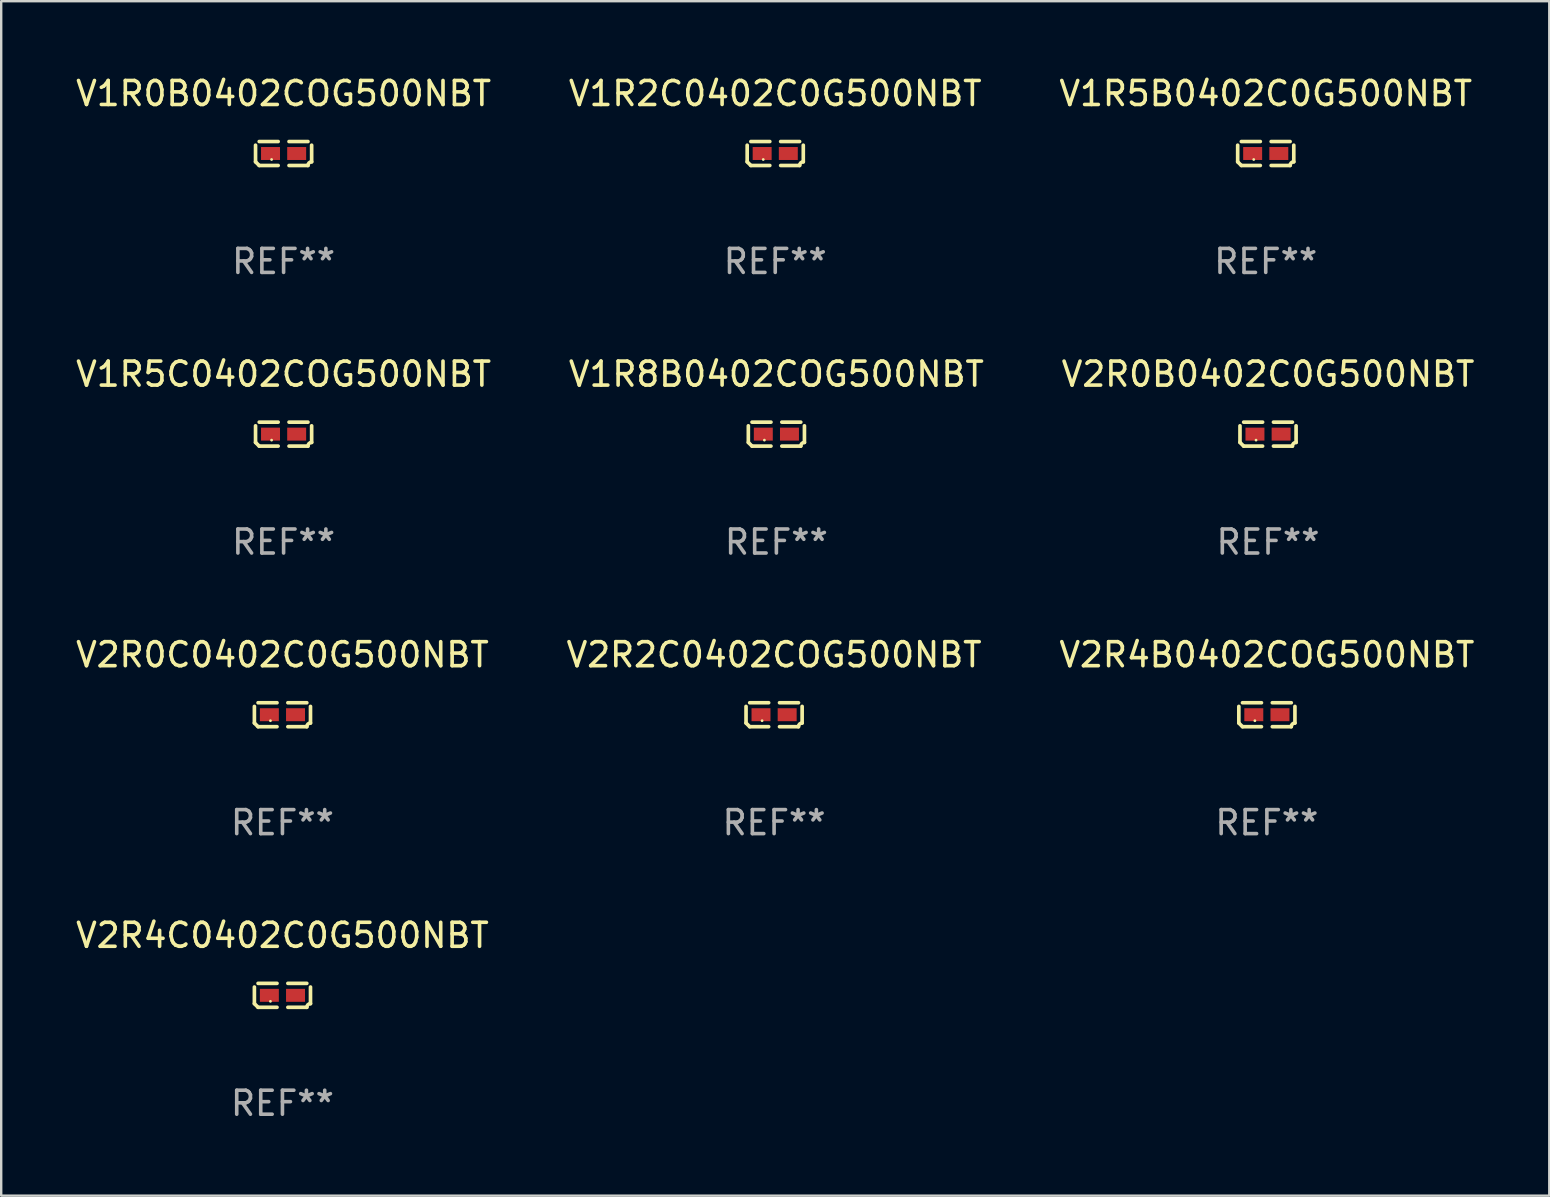
<source format=kicad_pcb>
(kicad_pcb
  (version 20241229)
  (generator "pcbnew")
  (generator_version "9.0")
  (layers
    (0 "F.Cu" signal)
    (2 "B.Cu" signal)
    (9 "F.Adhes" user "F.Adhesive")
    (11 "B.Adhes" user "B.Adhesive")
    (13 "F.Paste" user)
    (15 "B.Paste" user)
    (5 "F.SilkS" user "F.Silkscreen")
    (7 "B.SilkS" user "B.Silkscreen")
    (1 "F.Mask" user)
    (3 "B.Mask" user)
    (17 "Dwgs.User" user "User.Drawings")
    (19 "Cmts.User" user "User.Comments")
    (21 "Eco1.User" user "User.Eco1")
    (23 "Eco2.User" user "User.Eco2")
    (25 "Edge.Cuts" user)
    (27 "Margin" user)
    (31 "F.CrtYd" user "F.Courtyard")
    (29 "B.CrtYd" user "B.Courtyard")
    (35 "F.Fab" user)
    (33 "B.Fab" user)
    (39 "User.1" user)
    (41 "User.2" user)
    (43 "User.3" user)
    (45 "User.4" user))
  (footprint "V2R4C0402C0G500NBT"
    (layer "F.Cu")
    (at 8.72 38.428)
    (property "Reference" "V2R4C0402C0G500NBT" (at 0 -2.499 0) (layer "F.SilkS") (effects (font (size 1 1) (thickness 0.15))))
    (attr through_hole)
    (fp_line (start -1.169 0.346) (end -1.169 -0.346) (stroke (width 0.152) (type solid)) (layer "F.SilkS"))
    (fp_line (start -1.016 -0.499) (end -0.226 -0.499) (stroke (width 0.152) (type solid)) (layer "F.SilkS"))
    (fp_line (start -0.226 0.499) (end -1.016 0.499) (stroke (width 0.152) (type solid)) (layer "F.SilkS"))
    (fp_line (start 0.226 0.499) (end 1.016 0.499) (stroke (width 0.152) (type solid)) (layer "F.SilkS"))
    (fp_line (start 1.016 -0.499) (end 0.226 -0.499) (stroke (width 0.152) (type solid)) (layer "F.SilkS"))
    (fp_line (start 1.169 0.346) (end 1.169 -0.346) (stroke (width 0.152) (type solid)) (layer "F.SilkS"))
    (fp_arc (start -1.016307 0.498603) (mid -1.092512 0.422405) (end -1.16871 0.3462) (stroke (width 0.1524) (type solid)) (layer "F.SilkS"))
    (fp_arc (start 1.016307 0.498603) (mid 1.060899 0.390758) (end 1.168707 0.346076) (stroke (width 0.1524) (type solid)) (layer "F.SilkS"))
    (fp_circle (center -0.5 0.25) (end -0.47 0.25) (stroke (width 0.06) (type solid)) (fill no) (layer "F.SilkS"))
    (fp_text user "REF**" (at 0 4.499 0) (layer "F.Fab") (effects (font (size 1 1) (thickness 0.15))))
    (pad "1" smd rect (at -0.545 0) (size 0.79 0.54) (layers "F.Cu" "F.Mask" "F.Paste"))
    (pad "2" smd rect (at 0.545 0) (size 0.79 0.54) (layers "F.Cu" "F.Mask" "F.Paste")))
  (footprint "V1R2C0402C0G500NBT"
    (layer "F.Cu")
    (at 29.256 3.347)
    (property "Reference" "V1R2C0402C0G500NBT" (at 0 -2.499 0) (layer "F.SilkS") (effects (font (size 1 1) (thickness 0.15))))
    (attr through_hole)
    (fp_line (start -1.169 0.346) (end -1.169 -0.346) (stroke (width 0.152) (type solid)) (layer "F.SilkS"))
    (fp_line (start -1.016 -0.499) (end -0.226 -0.499) (stroke (width 0.152) (type solid)) (layer "F.SilkS"))
    (fp_line (start -0.226 0.499) (end -1.016 0.499) (stroke (width 0.152) (type solid)) (layer "F.SilkS"))
    (fp_line (start 0.226 0.499) (end 1.016 0.499) (stroke (width 0.152) (type solid)) (layer "F.SilkS"))
    (fp_line (start 1.016 -0.499) (end 0.226 -0.499) (stroke (width 0.152) (type solid)) (layer "F.SilkS"))
    (fp_line (start 1.169 0.346) (end 1.169 -0.346) (stroke (width 0.152) (type solid)) (layer "F.SilkS"))
    (fp_arc (start -1.016307 0.498603) (mid -1.092512 0.422405) (end -1.16871 0.3462) (stroke (width 0.1524) (type solid)) (layer "F.SilkS"))
    (fp_arc (start 1.016307 0.498603) (mid 1.060899 0.390758) (end 1.168707 0.346076) (stroke (width 0.1524) (type solid)) (layer "F.SilkS"))
    (fp_circle (center -0.5 0.25) (end -0.47 0.25) (stroke (width 0.06) (type solid)) (fill no) (layer "F.SilkS"))
    (fp_text user "REF**" (at 0 4.499 0) (layer "F.Fab") (effects (font (size 1 1) (thickness 0.15))))
    (pad "1" smd rect (at -0.545 0) (size 0.79 0.54) (layers "F.Cu" "F.Mask" "F.Paste"))
    (pad "2" smd rect (at 0.545 0) (size 0.79 0.54) (layers "F.Cu" "F.Mask" "F.Paste")))
  (footprint "V2R0C0402C0G500NBT"
    (layer "F.Cu")
    (at 8.72 26.734)
    (property "Reference" "V2R0C0402C0G500NBT" (at 0 -2.499 0) (layer "F.SilkS") (effects (font (size 1 1) (thickness 0.15))))
    (attr through_hole)
    (fp_line (start -1.169 0.346) (end -1.169 -0.346) (stroke (width 0.152) (type solid)) (layer "F.SilkS"))
    (fp_line (start -1.016 -0.499) (end -0.226 -0.499) (stroke (width 0.152) (type solid)) (layer "F.SilkS"))
    (fp_line (start -0.226 0.499) (end -1.016 0.499) (stroke (width 0.152) (type solid)) (layer "F.SilkS"))
    (fp_line (start 0.226 0.499) (end 1.016 0.499) (stroke (width 0.152) (type solid)) (layer "F.SilkS"))
    (fp_line (start 1.016 -0.499) (end 0.226 -0.499) (stroke (width 0.152) (type solid)) (layer "F.SilkS"))
    (fp_line (start 1.169 0.346) (end 1.169 -0.346) (stroke (width 0.152) (type solid)) (layer "F.SilkS"))
    (fp_arc (start -1.016307 0.498603) (mid -1.092512 0.422405) (end -1.16871 0.3462) (stroke (width 0.1524) (type solid)) (layer "F.SilkS"))
    (fp_arc (start 1.016307 0.498603) (mid 1.060899 0.390758) (end 1.168707 0.346076) (stroke (width 0.1524) (type solid)) (layer "F.SilkS"))
    (fp_circle (center -0.5 0.25) (end -0.47 0.25) (stroke (width 0.06) (type solid)) (fill no) (layer "F.SilkS"))
    (fp_text user "REF**" (at 0 4.499 0) (layer "F.Fab") (effects (font (size 1 1) (thickness 0.15))))
    (pad "1" smd rect (at -0.545 0) (size 0.79 0.54) (layers "F.Cu" "F.Mask" "F.Paste"))
    (pad "2" smd rect (at 0.545 0) (size 0.79 0.54) (layers "F.Cu" "F.Mask" "F.Paste")))
  (footprint "V2R0B0402C0G500NBT"
    (layer "F.Cu")
    (at 49.792 15.041)
    (property "Reference" "V2R0B0402C0G500NBT" (at 0 -2.499 0) (layer "F.SilkS") (effects (font (size 1 1) (thickness 0.15))))
    (attr through_hole)
    (fp_line (start -1.169 0.346) (end -1.169 -0.346) (stroke (width 0.152) (type solid)) (layer "F.SilkS"))
    (fp_line (start -1.016 -0.499) (end -0.226 -0.499) (stroke (width 0.152) (type solid)) (layer "F.SilkS"))
    (fp_line (start -0.226 0.499) (end -1.016 0.499) (stroke (width 0.152) (type solid)) (layer "F.SilkS"))
    (fp_line (start 0.226 0.499) (end 1.016 0.499) (stroke (width 0.152) (type solid)) (layer "F.SilkS"))
    (fp_line (start 1.016 -0.499) (end 0.226 -0.499) (stroke (width 0.152) (type solid)) (layer "F.SilkS"))
    (fp_line (start 1.169 0.346) (end 1.169 -0.346) (stroke (width 0.152) (type solid)) (layer "F.SilkS"))
    (fp_arc (start -1.016307 0.498603) (mid -1.092512 0.422405) (end -1.16871 0.3462) (stroke (width 0.1524) (type solid)) (layer "F.SilkS"))
    (fp_arc (start 1.016307 0.498603) (mid 1.060899 0.390758) (end 1.168707 0.346076) (stroke (width 0.1524) (type solid)) (layer "F.SilkS"))
    (fp_circle (center -0.5 0.25) (end -0.47 0.25) (stroke (width 0.06) (type solid)) (fill no) (layer "F.SilkS"))
    (fp_text user "REF**" (at 0 4.499 0) (layer "F.Fab") (effects (font (size 1 1) (thickness 0.15))))
    (pad "1" smd rect (at -0.545 0) (size 0.79 0.54) (layers "F.Cu" "F.Mask" "F.Paste"))
    (pad "2" smd rect (at 0.545 0) (size 0.79 0.54) (layers "F.Cu" "F.Mask" "F.Paste")))
  (footprint "V1R0B0402COG500NBT"
    (layer "F.Cu")
    (at 8.768 3.347)
    (property "Reference" "V1R0B0402COG500NBT" (at 0 -2.499 0) (layer "F.SilkS") (effects (font (size 1 1) (thickness 0.15))))
    (attr through_hole)
    (fp_line (start -1.169 0.346) (end -1.169 -0.346) (stroke (width 0.152) (type solid)) (layer "F.SilkS"))
    (fp_line (start -1.016 -0.499) (end -0.226 -0.499) (stroke (width 0.152) (type solid)) (layer "F.SilkS"))
    (fp_line (start -0.226 0.499) (end -1.016 0.499) (stroke (width 0.152) (type solid)) (layer "F.SilkS"))
    (fp_line (start 0.226 0.499) (end 1.016 0.499) (stroke (width 0.152) (type solid)) (layer "F.SilkS"))
    (fp_line (start 1.016 -0.499) (end 0.226 -0.499) (stroke (width 0.152) (type solid)) (layer "F.SilkS"))
    (fp_line (start 1.169 0.346) (end 1.169 -0.346) (stroke (width 0.152) (type solid)) (layer "F.SilkS"))
    (fp_arc (start -1.016307 0.498603) (mid -1.092512 0.422405) (end -1.16871 0.3462) (stroke (width 0.1524) (type solid)) (layer "F.SilkS"))
    (fp_arc (start 1.016307 0.498603) (mid 1.060899 0.390758) (end 1.168707 0.346076) (stroke (width 0.1524) (type solid)) (layer "F.SilkS"))
    (fp_circle (center -0.5 0.25) (end -0.47 0.25) (stroke (width 0.06) (type solid)) (fill no) (layer "F.SilkS"))
    (fp_text user "REF**" (at 0 4.499 0) (layer "F.Fab") (effects (font (size 1 1) (thickness 0.15))))
    (pad "1" smd rect (at -0.545 0) (size 0.79 0.54) (layers "F.Cu" "F.Mask" "F.Paste"))
    (pad "2" smd rect (at 0.545 0) (size 0.79 0.54) (layers "F.Cu" "F.Mask" "F.Paste")))
  (footprint "V1R8B0402COG500NBT"
    (layer "F.Cu")
    (at 29.304 15.041)
    (property "Reference" "V1R8B0402COG500NBT" (at 0 -2.499 0) (layer "F.SilkS") (effects (font (size 1 1) (thickness 0.15))))
    (attr through_hole)
    (fp_line (start -1.169 0.346) (end -1.169 -0.346) (stroke (width 0.152) (type solid)) (layer "F.SilkS"))
    (fp_line (start -1.016 -0.499) (end -0.226 -0.499) (stroke (width 0.152) (type solid)) (layer "F.SilkS"))
    (fp_line (start -0.226 0.499) (end -1.016 0.499) (stroke (width 0.152) (type solid)) (layer "F.SilkS"))
    (fp_line (start 0.226 0.499) (end 1.016 0.499) (stroke (width 0.152) (type solid)) (layer "F.SilkS"))
    (fp_line (start 1.016 -0.499) (end 0.226 -0.499) (stroke (width 0.152) (type solid)) (layer "F.SilkS"))
    (fp_line (start 1.169 0.346) (end 1.169 -0.346) (stroke (width 0.152) (type solid)) (layer "F.SilkS"))
    (fp_arc (start -1.016307 0.498603) (mid -1.092512 0.422405) (end -1.16871 0.3462) (stroke (width 0.1524) (type solid)) (layer "F.SilkS"))
    (fp_arc (start 1.016307 0.498603) (mid 1.060899 0.390758) (end 1.168707 0.346076) (stroke (width 0.1524) (type solid)) (layer "F.SilkS"))
    (fp_circle (center -0.5 0.25) (end -0.47 0.25) (stroke (width 0.06) (type solid)) (fill no) (layer "F.SilkS"))
    (fp_text user "REF**" (at 0 4.499 0) (layer "F.Fab") (effects (font (size 1 1) (thickness 0.15))))
    (pad "1" smd rect (at -0.545 0) (size 0.79 0.54) (layers "F.Cu" "F.Mask" "F.Paste"))
    (pad "2" smd rect (at 0.545 0) (size 0.79 0.54) (layers "F.Cu" "F.Mask" "F.Paste")))
  (footprint "V1R5B0402C0G500NBT"
    (layer "F.Cu")
    (at 49.696 3.347)
    (property "Reference" "V1R5B0402C0G500NBT" (at 0 -2.499 0) (layer "F.SilkS") (effects (font (size 1 1) (thickness 0.15))))
    (attr through_hole)
    (fp_line (start -1.169 0.346) (end -1.169 -0.346) (stroke (width 0.152) (type solid)) (layer "F.SilkS"))
    (fp_line (start -1.016 -0.499) (end -0.226 -0.499) (stroke (width 0.152) (type solid)) (layer "F.SilkS"))
    (fp_line (start -0.226 0.499) (end -1.016 0.499) (stroke (width 0.152) (type solid)) (layer "F.SilkS"))
    (fp_line (start 0.226 0.499) (end 1.016 0.499) (stroke (width 0.152) (type solid)) (layer "F.SilkS"))
    (fp_line (start 1.016 -0.499) (end 0.226 -0.499) (stroke (width 0.152) (type solid)) (layer "F.SilkS"))
    (fp_line (start 1.169 0.346) (end 1.169 -0.346) (stroke (width 0.152) (type solid)) (layer "F.SilkS"))
    (fp_arc (start -1.016307 0.498603) (mid -1.092512 0.422405) (end -1.16871 0.3462) (stroke (width 0.1524) (type solid)) (layer "F.SilkS"))
    (fp_arc (start 1.016307 0.498603) (mid 1.060899 0.390758) (end 1.168707 0.346076) (stroke (width 0.1524) (type solid)) (layer "F.SilkS"))
    (fp_circle (center -0.5 0.25) (end -0.47 0.25) (stroke (width 0.06) (type solid)) (fill no) (layer "F.SilkS"))
    (fp_text user "REF**" (at 0 4.499 0) (layer "F.Fab") (effects (font (size 1 1) (thickness 0.15))))
    (pad "1" smd rect (at -0.545 0) (size 0.79 0.54) (layers "F.Cu" "F.Mask" "F.Paste"))
    (pad "2" smd rect (at 0.545 0) (size 0.79 0.54) (layers "F.Cu" "F.Mask" "F.Paste")))
  (footprint "V2R4B0402COG500NBT"
    (layer "F.Cu")
    (at 49.744 26.734)
    (property "Reference" "V2R4B0402COG500NBT" (at 0 -2.499 0) (layer "F.SilkS") (effects (font (size 1 1) (thickness 0.15))))
    (attr through_hole)
    (fp_line (start -1.169 0.346) (end -1.169 -0.346) (stroke (width 0.152) (type solid)) (layer "F.SilkS"))
    (fp_line (start -1.016 -0.499) (end -0.226 -0.499) (stroke (width 0.152) (type solid)) (layer "F.SilkS"))
    (fp_line (start -0.226 0.499) (end -1.016 0.499) (stroke (width 0.152) (type solid)) (layer "F.SilkS"))
    (fp_line (start 0.226 0.499) (end 1.016 0.499) (stroke (width 0.152) (type solid)) (layer "F.SilkS"))
    (fp_line (start 1.016 -0.499) (end 0.226 -0.499) (stroke (width 0.152) (type solid)) (layer "F.SilkS"))
    (fp_line (start 1.169 0.346) (end 1.169 -0.346) (stroke (width 0.152) (type solid)) (layer "F.SilkS"))
    (fp_arc (start -1.016307 0.498603) (mid -1.092512 0.422405) (end -1.16871 0.3462) (stroke (width 0.1524) (type solid)) (layer "F.SilkS"))
    (fp_arc (start 1.016307 0.498603) (mid 1.060899 0.390758) (end 1.168707 0.346076) (stroke (width 0.1524) (type solid)) (layer "F.SilkS"))
    (fp_circle (center -0.5 0.25) (end -0.47 0.25) (stroke (width 0.06) (type solid)) (fill no) (layer "F.SilkS"))
    (fp_text user "REF**" (at 0 4.499 0) (layer "F.Fab") (effects (font (size 1 1) (thickness 0.15))))
    (pad "1" smd rect (at -0.545 0) (size 0.79 0.54) (layers "F.Cu" "F.Mask" "F.Paste"))
    (pad "2" smd rect (at 0.545 0) (size 0.79 0.54) (layers "F.Cu" "F.Mask" "F.Paste")))
  (footprint "V1R5C0402COG500NBT"
    (layer "F.Cu")
    (at 8.768 15.041)
    (property "Reference" "V1R5C0402COG500NBT" (at 0 -2.499 0) (layer "F.SilkS") (effects (font (size 1 1) (thickness 0.15))))
    (attr through_hole)
    (fp_line (start -1.169 0.346) (end -1.169 -0.346) (stroke (width 0.152) (type solid)) (layer "F.SilkS"))
    (fp_line (start -1.016 -0.499) (end -0.226 -0.499) (stroke (width 0.152) (type solid)) (layer "F.SilkS"))
    (fp_line (start -0.226 0.499) (end -1.016 0.499) (stroke (width 0.152) (type solid)) (layer "F.SilkS"))
    (fp_line (start 0.226 0.499) (end 1.016 0.499) (stroke (width 0.152) (type solid)) (layer "F.SilkS"))
    (fp_line (start 1.016 -0.499) (end 0.226 -0.499) (stroke (width 0.152) (type solid)) (layer "F.SilkS"))
    (fp_line (start 1.169 0.346) (end 1.169 -0.346) (stroke (width 0.152) (type solid)) (layer "F.SilkS"))
    (fp_arc (start -1.016307 0.498603) (mid -1.092512 0.422405) (end -1.16871 0.3462) (stroke (width 0.1524) (type solid)) (layer "F.SilkS"))
    (fp_arc (start 1.016307 0.498603) (mid 1.060899 0.390758) (end 1.168707 0.346076) (stroke (width 0.1524) (type solid)) (layer "F.SilkS"))
    (fp_circle (center -0.5 0.25) (end -0.47 0.25) (stroke (width 0.06) (type solid)) (fill no) (layer "F.SilkS"))
    (fp_text user "REF**" (at 0 4.499 0) (layer "F.Fab") (effects (font (size 1 1) (thickness 0.15))))
    (pad "1" smd rect (at -0.545 0) (size 0.79 0.54) (layers "F.Cu" "F.Mask" "F.Paste"))
    (pad "2" smd rect (at 0.545 0) (size 0.79 0.54) (layers "F.Cu" "F.Mask" "F.Paste")))
  (footprint "V2R2C0402COG500NBT"
    (layer "F.Cu")
    (at 29.208 26.734)
    (property "Reference" "V2R2C0402COG500NBT" (at 0 -2.499 0) (layer "F.SilkS") (effects (font (size 1 1) (thickness 0.15))))
    (attr through_hole)
    (fp_line (start -1.169 0.346) (end -1.169 -0.346) (stroke (width 0.152) (type solid)) (layer "F.SilkS"))
    (fp_line (start -1.016 -0.499) (end -0.226 -0.499) (stroke (width 0.152) (type solid)) (layer "F.SilkS"))
    (fp_line (start -0.226 0.499) (end -1.016 0.499) (stroke (width 0.152) (type solid)) (layer "F.SilkS"))
    (fp_line (start 0.226 0.499) (end 1.016 0.499) (stroke (width 0.152) (type solid)) (layer "F.SilkS"))
    (fp_line (start 1.016 -0.499) (end 0.226 -0.499) (stroke (width 0.152) (type solid)) (layer "F.SilkS"))
    (fp_line (start 1.169 0.346) (end 1.169 -0.346) (stroke (width 0.152) (type solid)) (layer "F.SilkS"))
    (fp_arc (start -1.016307 0.498603) (mid -1.092512 0.422405) (end -1.16871 0.3462) (stroke (width 0.1524) (type solid)) (layer "F.SilkS"))
    (fp_arc (start 1.016307 0.498603) (mid 1.060899 0.390758) (end 1.168707 0.346076) (stroke (width 0.1524) (type solid)) (layer "F.SilkS"))
    (fp_circle (center -0.5 0.25) (end -0.47 0.25) (stroke (width 0.06) (type solid)) (fill no) (layer "F.SilkS"))
    (fp_text user "REF**" (at 0 4.499 0) (layer "F.Fab") (effects (font (size 1 1) (thickness 0.15))))
    (pad "1" smd rect (at -0.545 0) (size 0.79 0.54) (layers "F.Cu" "F.Mask" "F.Paste"))
    (pad "2" smd rect (at 0.545 0) (size 0.79 0.54) (layers "F.Cu" "F.Mask" "F.Paste")))
  (gr_rect
    (start -3 -3)
    (end 61.512 46.775)
    (stroke (width 0.1) (type default))
    (fill no)
    (layer "Edge.Cuts")))
</source>
